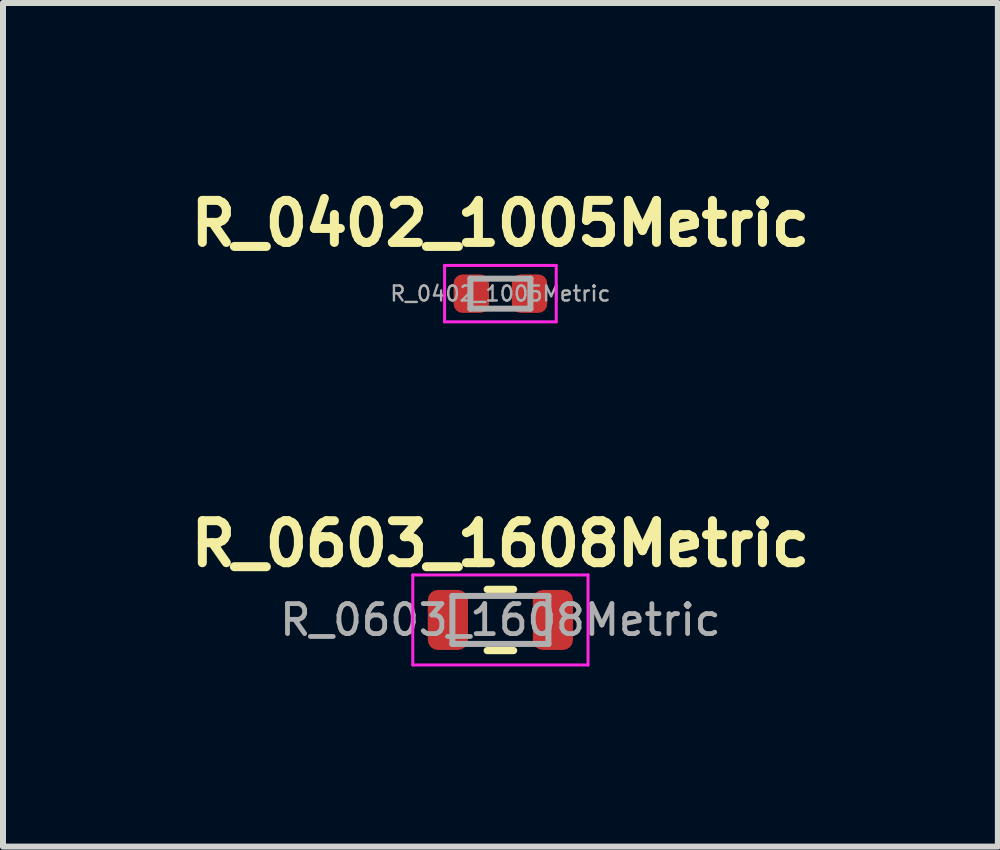
<source format=kicad_pcb>
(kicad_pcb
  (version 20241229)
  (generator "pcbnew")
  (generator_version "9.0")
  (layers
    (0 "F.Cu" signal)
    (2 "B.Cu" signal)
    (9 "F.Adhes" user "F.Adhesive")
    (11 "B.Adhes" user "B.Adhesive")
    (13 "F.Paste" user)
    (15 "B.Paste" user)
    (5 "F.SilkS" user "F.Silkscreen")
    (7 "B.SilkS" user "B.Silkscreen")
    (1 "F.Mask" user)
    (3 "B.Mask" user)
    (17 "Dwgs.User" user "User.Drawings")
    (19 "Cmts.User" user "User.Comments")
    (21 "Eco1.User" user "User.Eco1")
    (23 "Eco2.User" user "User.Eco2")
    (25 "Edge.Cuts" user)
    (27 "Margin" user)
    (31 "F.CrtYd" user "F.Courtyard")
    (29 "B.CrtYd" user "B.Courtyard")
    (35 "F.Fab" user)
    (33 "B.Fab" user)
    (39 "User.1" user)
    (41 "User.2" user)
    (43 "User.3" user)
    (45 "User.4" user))
  (footprint "R_0402_1005Metric"
    (layer "F.Cu")
    (at 5.288 1.843)
    (property "Reference" "R_0402_1005Metric" (at 0 -1.17 0) (layer "F.SilkS") (effects (font (size 0.7 0.7) (thickness 0.15))))
    (attr smd)
    (fp_line (start -0.93 -0.47) (end 0.93 -0.47) (stroke (width 0.05) (type solid)) (layer "F.CrtYd"))
    (fp_line (start -0.93 0.47) (end -0.93 -0.47) (stroke (width 0.05) (type solid)) (layer "F.CrtYd"))
    (fp_line (start 0.93 -0.47) (end 0.93 0.47) (stroke (width 0.05) (type solid)) (layer "F.CrtYd"))
    (fp_line (start 0.93 0.47) (end -0.93 0.47) (stroke (width 0.05) (type solid)) (layer "F.CrtYd"))
    (fp_line (start -0.5 -0.25) (end 0.5 -0.25) (stroke (width 0.1) (type solid)) (layer "F.Fab"))
    (fp_line (start -0.5 0.25) (end -0.5 -0.25) (stroke (width 0.1) (type solid)) (layer "F.Fab"))
    (fp_line (start 0.5 -0.25) (end 0.5 0.25) (stroke (width 0.1) (type solid)) (layer "F.Fab"))
    (fp_line (start 0.5 0.25) (end -0.5 0.25) (stroke (width 0.1) (type solid)) (layer "F.Fab"))
    (fp_text user "${REFERENCE}" (at 0 0 0) (layer "F.Fab") (effects (font (size 0.25 0.25) (thickness 0.04))))
    (pad "1" smd roundrect (at -0.485 0) (size 0.59 0.64) (layers "F.Cu" "F.Mask" "F.Paste") (roundrect_rratio 0.25))
    (pad "2" smd roundrect (at 0.485 0) (size 0.59 0.64) (layers "F.Cu" "F.Mask" "F.Paste") (roundrect_rratio 0.25)))
  (footprint "R_0603_1608Metric"
    (layer "F.Cu")
    (at 5.288 7.28)
    (property "Reference" "R_0603_1608Metric" (at 0 -1.27 0) (layer "F.SilkS") (effects (font (size 0.7 0.7) (thickness 0.15))))
    (attr smd)
    (fp_line (start -0.22 -0.51) (end 0.22 -0.51) (stroke (width 0.12) (type solid)) (layer "F.SilkS"))
    (fp_line (start -0.22 0.51) (end 0.22 0.51) (stroke (width 0.12) (type solid)) (layer "F.SilkS"))
    (fp_line (start -1.46 -0.75) (end 1.46 -0.75) (stroke (width 0.05) (type solid)) (layer "F.CrtYd"))
    (fp_line (start -1.46 0.75) (end -1.46 -0.75) (stroke (width 0.05) (type solid)) (layer "F.CrtYd"))
    (fp_line (start 1.46 -0.75) (end 1.46 0.75) (stroke (width 0.05) (type solid)) (layer "F.CrtYd"))
    (fp_line (start 1.46 0.75) (end -1.46 0.75) (stroke (width 0.05) (type solid)) (layer "F.CrtYd"))
    (fp_line (start -0.8 -0.4) (end 0.8 -0.4) (stroke (width 0.1) (type solid)) (layer "F.Fab"))
    (fp_line (start -0.8 0.4) (end -0.8 -0.4) (stroke (width 0.1) (type solid)) (layer "F.Fab"))
    (fp_line (start 0.8 -0.4) (end 0.8 0.4) (stroke (width 0.1) (type solid)) (layer "F.Fab"))
    (fp_line (start 0.8 0.4) (end -0.8 0.4) (stroke (width 0.1) (type solid)) (layer "F.Fab"))
    (fp_text user "${REFERENCE}" (at 0 0 0) (layer "F.Fab") (effects (font (size 0.5 0.5) (thickness 0.08))))
    (pad "1" smd roundrect (at -0.875 0) (size 0.67 1) (layers "F.Cu" "F.Mask" "F.Paste") (roundrect_rratio 0.25))
    (pad "2" smd roundrect (at 0.875 0) (size 0.67 1) (layers "F.Cu" "F.Mask" "F.Paste") (roundrect_rratio 0.25)))
  (gr_rect
    (start -3 -3)
    (end 13.577 11.056)
    (stroke (width 0.1) (type default))
    (fill no)
    (layer "Edge.Cuts")))
</source>
